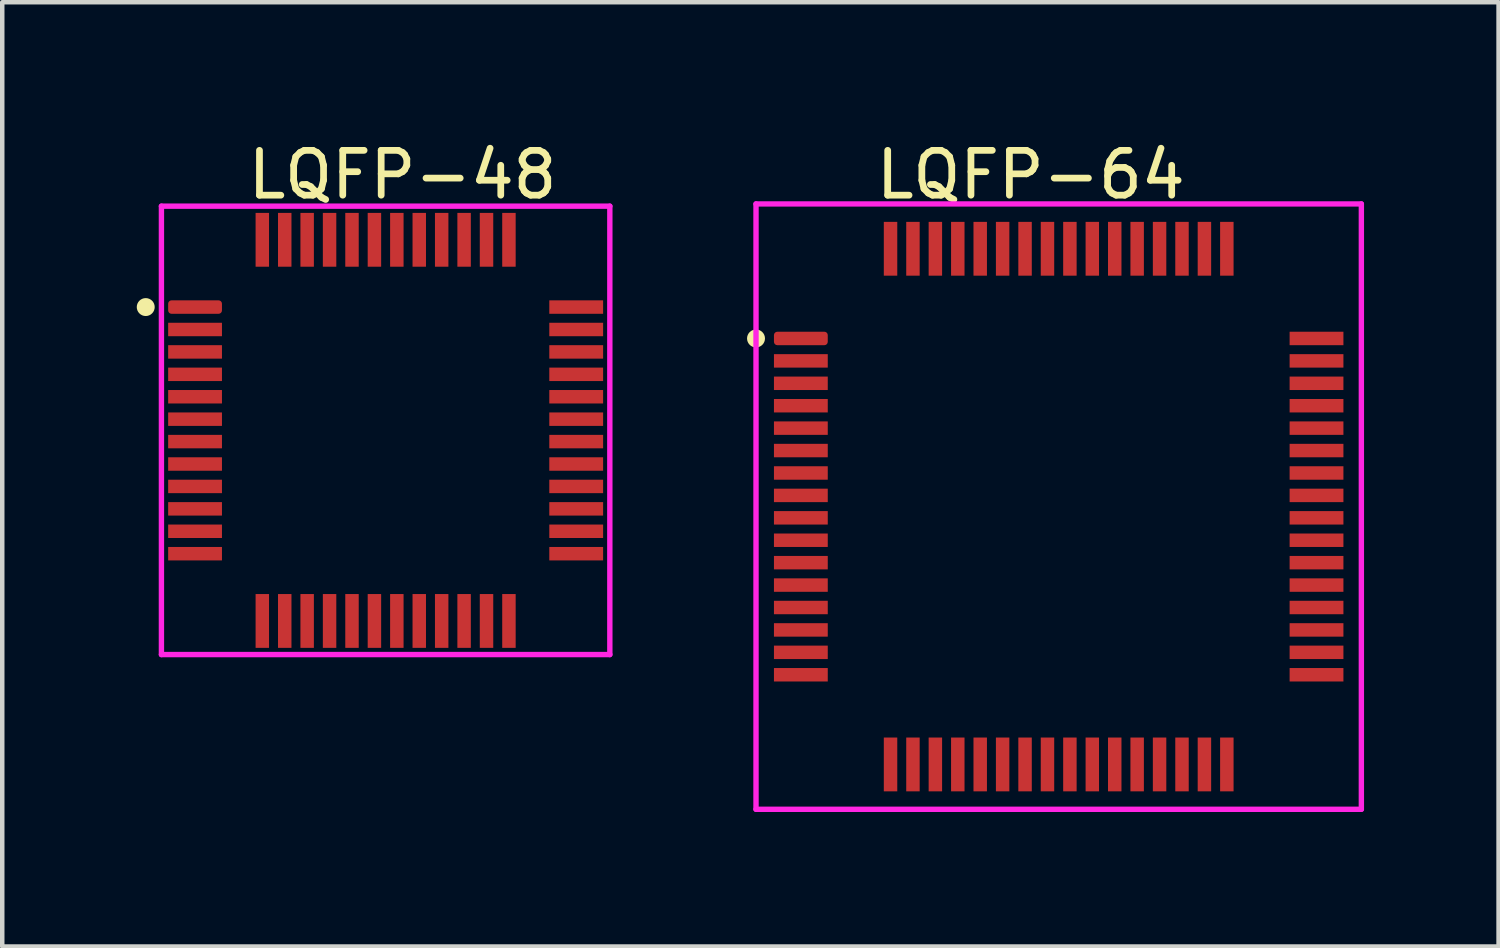
<source format=kicad_pcb>
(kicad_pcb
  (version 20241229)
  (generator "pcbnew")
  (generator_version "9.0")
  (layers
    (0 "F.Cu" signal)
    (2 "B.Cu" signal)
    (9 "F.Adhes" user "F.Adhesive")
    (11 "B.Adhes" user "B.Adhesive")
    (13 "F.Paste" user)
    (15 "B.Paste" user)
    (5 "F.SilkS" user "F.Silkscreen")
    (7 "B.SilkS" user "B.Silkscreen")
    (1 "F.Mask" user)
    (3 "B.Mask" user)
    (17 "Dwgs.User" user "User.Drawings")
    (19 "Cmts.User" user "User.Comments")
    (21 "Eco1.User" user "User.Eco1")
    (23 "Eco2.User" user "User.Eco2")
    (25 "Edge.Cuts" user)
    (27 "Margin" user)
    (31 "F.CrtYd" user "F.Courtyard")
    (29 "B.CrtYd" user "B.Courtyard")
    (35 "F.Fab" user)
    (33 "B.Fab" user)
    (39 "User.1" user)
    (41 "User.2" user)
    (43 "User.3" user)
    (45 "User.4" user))
  (footprint "LQFP-48"
    (layer "F.Cu")
    (at 5.55 6.548)
    (property "Reference" "LQFP-48" (at -3.15 -5.7 0) (layer "F.SilkS") (effects (font (size 1 1) (thickness 0.15)) (justify left)))
    (attr smd)
    (fp_circle (center -5.35 -2.75) (end -5.25 -2.75) (stroke (width 0.2) (type solid)) (fill no) (layer "F.SilkS"))
    (fp_line (start -5 -5) (end 5 -5) (stroke (width 0.12) (type solid)) (layer "F.CrtYd"))
    (fp_line (start -5 5) (end -5 -5) (stroke (width 0.12) (type solid)) (layer "F.CrtYd"))
    (fp_line (start 5 -5) (end 5 5) (stroke (width 0.12) (type solid)) (layer "F.CrtYd"))
    (fp_line (start 5 5) (end -5 5) (stroke (width 0.12) (type solid)) (layer "F.CrtYd"))
    (pad "1" smd roundrect (at -4.25 -2.75) (size 1.2 0.3) (layers "F.Cu" "F.Mask" "F.Paste") (roundrect_rratio 0.25))
    (pad "2" smd rect (at -4.25 -2.25) (size 1.2 0.3) (layers "F.Cu" "F.Mask" "F.Paste"))
    (pad "3" smd rect (at -4.25 -1.75) (size 1.2 0.3) (layers "F.Cu" "F.Mask" "F.Paste"))
    (pad "4" smd rect (at -4.25 -1.25) (size 1.2 0.3) (layers "F.Cu" "F.Mask" "F.Paste"))
    (pad "5" smd rect (at -4.25 -0.75) (size 1.2 0.3) (layers "F.Cu" "F.Mask" "F.Paste"))
    (pad "6" smd rect (at -4.25 -0.25) (size 1.2 0.3) (layers "F.Cu" "F.Mask" "F.Paste"))
    (pad "7" smd rect (at -4.25 0.25) (size 1.2 0.3) (layers "F.Cu" "F.Mask" "F.Paste"))
    (pad "8" smd rect (at -4.25 0.75) (size 1.2 0.3) (layers "F.Cu" "F.Mask" "F.Paste"))
    (pad "9" smd rect (at -4.25 1.25) (size 1.2 0.3) (layers "F.Cu" "F.Mask" "F.Paste"))
    (pad "10" smd rect (at -4.25 1.75) (size 1.2 0.3) (layers "F.Cu" "F.Mask" "F.Paste"))
    (pad "11" smd rect (at -4.25 2.25) (size 1.2 0.3) (layers "F.Cu" "F.Mask" "F.Paste"))
    (pad "12" smd rect (at -4.25 2.75) (size 1.2 0.3) (layers "F.Cu" "F.Mask" "F.Paste"))
    (pad "13" smd rect (at -2.75 4.25 90) (size 1.2 0.3) (layers "F.Cu" "F.Mask" "F.Paste"))
    (pad "14" smd rect (at -2.25 4.25 90) (size 1.2 0.3) (layers "F.Cu" "F.Mask" "F.Paste"))
    (pad "15" smd rect (at -1.75 4.25 90) (size 1.2 0.3) (layers "F.Cu" "F.Mask" "F.Paste"))
    (pad "16" smd rect (at -1.25 4.25 90) (size 1.2 0.3) (layers "F.Cu" "F.Mask" "F.Paste"))
    (pad "17" smd rect (at -0.75 4.25 90) (size 1.2 0.3) (layers "F.Cu" "F.Mask" "F.Paste"))
    (pad "18" smd rect (at -0.25 4.25 90) (size 1.2 0.3) (layers "F.Cu" "F.Mask" "F.Paste"))
    (pad "19" smd rect (at 0.25 4.25 90) (size 1.2 0.3) (layers "F.Cu" "F.Mask" "F.Paste"))
    (pad "20" smd rect (at 0.75 4.25 90) (size 1.2 0.3) (layers "F.Cu" "F.Mask" "F.Paste"))
    (pad "21" smd rect (at 1.25 4.25 90) (size 1.2 0.3) (layers "F.Cu" "F.Mask" "F.Paste"))
    (pad "22" smd rect (at 1.75 4.25 90) (size 1.2 0.3) (layers "F.Cu" "F.Mask" "F.Paste"))
    (pad "23" smd rect (at 2.25 4.25 90) (size 1.2 0.3) (layers "F.Cu" "F.Mask" "F.Paste"))
    (pad "24" smd rect (at 2.75 4.25 90) (size 1.2 0.3) (layers "F.Cu" "F.Mask" "F.Paste"))
    (pad "25" smd rect (at 4.25 2.75 180) (size 1.2 0.3) (layers "F.Cu" "F.Mask" "F.Paste"))
    (pad "26" smd rect (at 4.25 2.25 180) (size 1.2 0.3) (layers "F.Cu" "F.Mask" "F.Paste"))
    (pad "27" smd rect (at 4.25 1.75 180) (size 1.2 0.3) (layers "F.Cu" "F.Mask" "F.Paste"))
    (pad "28" smd rect (at 4.25 1.25 180) (size 1.2 0.3) (layers "F.Cu" "F.Mask" "F.Paste"))
    (pad "29" smd rect (at 4.25 0.75 180) (size 1.2 0.3) (layers "F.Cu" "F.Mask" "F.Paste"))
    (pad "30" smd rect (at 4.25 0.25 180) (size 1.2 0.3) (layers "F.Cu" "F.Mask" "F.Paste"))
    (pad "31" smd rect (at 4.25 -0.25 180) (size 1.2 0.3) (layers "F.Cu" "F.Mask" "F.Paste"))
    (pad "32" smd rect (at 4.25 -0.75 180) (size 1.2 0.3) (layers "F.Cu" "F.Mask" "F.Paste"))
    (pad "33" smd rect (at 4.25 -1.25 180) (size 1.2 0.3) (layers "F.Cu" "F.Mask" "F.Paste"))
    (pad "34" smd rect (at 4.25 -1.75 180) (size 1.2 0.3) (layers "F.Cu" "F.Mask" "F.Paste"))
    (pad "35" smd rect (at 4.25 -2.25 180) (size 1.2 0.3) (layers "F.Cu" "F.Mask" "F.Paste"))
    (pad "36" smd rect (at 4.25 -2.75 180) (size 1.2 0.3) (layers "F.Cu" "F.Mask" "F.Paste"))
    (pad "37" smd rect (at 2.75 -4.25 270) (size 1.2 0.3) (layers "F.Cu" "F.Mask" "F.Paste"))
    (pad "38" smd rect (at 2.25 -4.25 270) (size 1.2 0.3) (layers "F.Cu" "F.Mask" "F.Paste"))
    (pad "39" smd rect (at 1.75 -4.25 270) (size 1.2 0.3) (layers "F.Cu" "F.Mask" "F.Paste"))
    (pad "40" smd rect (at 1.25 -4.25 270) (size 1.2 0.3) (layers "F.Cu" "F.Mask" "F.Paste"))
    (pad "41" smd rect (at 0.75 -4.25 270) (size 1.2 0.3) (layers "F.Cu" "F.Mask" "F.Paste"))
    (pad "42" smd rect (at 0.25 -4.25 270) (size 1.2 0.3) (layers "F.Cu" "F.Mask" "F.Paste"))
    (pad "43" smd rect (at -0.25 -4.25 270) (size 1.2 0.3) (layers "F.Cu" "F.Mask" "F.Paste"))
    (pad "44" smd rect (at -0.75 -4.25 270) (size 1.2 0.3) (layers "F.Cu" "F.Mask" "F.Paste"))
    (pad "45" smd rect (at -1.25 -4.25 270) (size 1.2 0.3) (layers "F.Cu" "F.Mask" "F.Paste"))
    (pad "46" smd rect (at -1.75 -4.25 270) (size 1.2 0.3) (layers "F.Cu" "F.Mask" "F.Paste"))
    (pad "47" smd rect (at -2.25 -4.25 270) (size 1.2 0.3) (layers "F.Cu" "F.Mask" "F.Paste"))
    (pad "48" smd rect (at -2.75 -4.25 270) (size 1.2 0.3) (layers "F.Cu" "F.Mask" "F.Paste")))
  (footprint "LQFP-64"
    (layer "F.Cu")
    (at 20.56 8.248)
    (property "Reference" "LQFP-64" (at -4.15 -7.4 0) (layer "F.SilkS") (effects (font (size 1 1) (thickness 0.15)) (justify left)))
    (attr smd)
    (fp_circle (center -6.75 -3.75) (end -6.65 -3.75) (stroke (width 0.2) (type solid)) (fill no) (layer "F.SilkS"))
    (fp_line (start -6.75 -6.75) (end -6.75 6.75) (stroke (width 0.12) (type solid)) (layer "F.CrtYd"))
    (fp_line (start -6.75 6.75) (end 6.75 6.75) (stroke (width 0.12) (type solid)) (layer "F.CrtYd"))
    (fp_line (start 6.75 -6.75) (end -6.75 -6.75) (stroke (width 0.12) (type solid)) (layer "F.CrtYd"))
    (fp_line (start 6.75 6.75) (end 6.75 -6.75) (stroke (width 0.12) (type solid)) (layer "F.CrtYd"))
    (pad "1" smd roundrect (at -5.75 -3.75 270) (size 0.3 1.2) (layers "F.Cu" "F.Mask" "F.Paste") (roundrect_rratio 0.25))
    (pad "2" smd rect (at -5.75 -3.25 270) (size 0.3 1.2) (layers "F.Cu" "F.Mask" "F.Paste"))
    (pad "3" smd rect (at -5.75 -2.75 270) (size 0.3 1.2) (layers "F.Cu" "F.Mask" "F.Paste"))
    (pad "4" smd rect (at -5.75 -2.25 270) (size 0.3 1.2) (layers "F.Cu" "F.Mask" "F.Paste"))
    (pad "5" smd rect (at -5.75 -1.75 270) (size 0.3 1.2) (layers "F.Cu" "F.Mask" "F.Paste"))
    (pad "6" smd rect (at -5.75 -1.25 270) (size 0.3 1.2) (layers "F.Cu" "F.Mask" "F.Paste"))
    (pad "7" smd rect (at -5.75 -0.75 270) (size 0.3 1.2) (layers "F.Cu" "F.Mask" "F.Paste"))
    (pad "8" smd rect (at -5.75 -0.25 270) (size 0.3 1.2) (layers "F.Cu" "F.Mask" "F.Paste"))
    (pad "9" smd rect (at -5.75 0.25 270) (size 0.3 1.2) (layers "F.Cu" "F.Mask" "F.Paste"))
    (pad "10" smd rect (at -5.75 0.75 270) (size 0.3 1.2) (layers "F.Cu" "F.Mask" "F.Paste"))
    (pad "11" smd rect (at -5.75 1.25 270) (size 0.3 1.2) (layers "F.Cu" "F.Mask" "F.Paste"))
    (pad "12" smd rect (at -5.75 1.75 270) (size 0.3 1.2) (layers "F.Cu" "F.Mask" "F.Paste"))
    (pad "13" smd rect (at -5.75 2.25 270) (size 0.3 1.2) (layers "F.Cu" "F.Mask" "F.Paste"))
    (pad "14" smd rect (at -5.75 2.75 270) (size 0.3 1.2) (layers "F.Cu" "F.Mask" "F.Paste"))
    (pad "15" smd rect (at -5.75 3.25 270) (size 0.3 1.2) (layers "F.Cu" "F.Mask" "F.Paste"))
    (pad "16" smd rect (at -5.75 3.75 270) (size 0.3 1.2) (layers "F.Cu" "F.Mask" "F.Paste"))
    (pad "17" smd rect (at -3.75 5.75) (size 0.3 1.2) (layers "F.Cu" "F.Mask" "F.Paste"))
    (pad "18" smd rect (at -3.25 5.75) (size 0.3 1.2) (layers "F.Cu" "F.Mask" "F.Paste"))
    (pad "19" smd rect (at -2.75 5.75) (size 0.3 1.2) (layers "F.Cu" "F.Mask" "F.Paste"))
    (pad "20" smd rect (at -2.25 5.75) (size 0.3 1.2) (layers "F.Cu" "F.Mask" "F.Paste"))
    (pad "21" smd rect (at -1.75 5.75) (size 0.3 1.2) (layers "F.Cu" "F.Mask" "F.Paste"))
    (pad "22" smd rect (at -1.25 5.75) (size 0.3 1.2) (layers "F.Cu" "F.Mask" "F.Paste"))
    (pad "23" smd rect (at -0.75 5.75) (size 0.3 1.2) (layers "F.Cu" "F.Mask" "F.Paste"))
    (pad "24" smd rect (at -0.25 5.75) (size 0.3 1.2) (layers "F.Cu" "F.Mask" "F.Paste"))
    (pad "25" smd rect (at 0.25 5.75) (size 0.3 1.2) (layers "F.Cu" "F.Mask" "F.Paste"))
    (pad "26" smd rect (at 0.75 5.75) (size 0.3 1.2) (layers "F.Cu" "F.Mask" "F.Paste"))
    (pad "27" smd rect (at 1.25 5.75) (size 0.3 1.2) (layers "F.Cu" "F.Mask" "F.Paste"))
    (pad "28" smd rect (at 1.75 5.75) (size 0.3 1.2) (layers "F.Cu" "F.Mask" "F.Paste"))
    (pad "29" smd rect (at 2.25 5.75) (size 0.3 1.2) (layers "F.Cu" "F.Mask" "F.Paste"))
    (pad "30" smd rect (at 2.75 5.75) (size 0.3 1.2) (layers "F.Cu" "F.Mask" "F.Paste"))
    (pad "31" smd rect (at 3.25 5.75) (size 0.3 1.2) (layers "F.Cu" "F.Mask" "F.Paste"))
    (pad "32" smd rect (at 3.75 5.75) (size 0.3 1.2) (layers "F.Cu" "F.Mask" "F.Paste"))
    (pad "33" smd rect (at 5.75 3.75 90) (size 0.3 1.2) (layers "F.Cu" "F.Mask" "F.Paste"))
    (pad "34" smd rect (at 5.75 3.25 90) (size 0.3 1.2) (layers "F.Cu" "F.Mask" "F.Paste"))
    (pad "35" smd rect (at 5.75 2.75 90) (size 0.3 1.2) (layers "F.Cu" "F.Mask" "F.Paste"))
    (pad "36" smd rect (at 5.75 2.25 90) (size 0.3 1.2) (layers "F.Cu" "F.Mask" "F.Paste"))
    (pad "37" smd rect (at 5.75 1.75 90) (size 0.3 1.2) (layers "F.Cu" "F.Mask" "F.Paste"))
    (pad "38" smd rect (at 5.75 1.25 90) (size 0.3 1.2) (layers "F.Cu" "F.Mask" "F.Paste"))
    (pad "39" smd rect (at 5.75 0.75 90) (size 0.3 1.2) (layers "F.Cu" "F.Mask" "F.Paste"))
    (pad "40" smd rect (at 5.75 0.25 90) (size 0.3 1.2) (layers "F.Cu" "F.Mask" "F.Paste"))
    (pad "41" smd rect (at 5.75 -0.25 90) (size 0.3 1.2) (layers "F.Cu" "F.Mask" "F.Paste"))
    (pad "42" smd rect (at 5.75 -0.75 90) (size 0.3 1.2) (layers "F.Cu" "F.Mask" "F.Paste"))
    (pad "43" smd rect (at 5.75 -1.25 90) (size 0.3 1.2) (layers "F.Cu" "F.Mask" "F.Paste"))
    (pad "44" smd rect (at 5.75 -1.75 90) (size 0.3 1.2) (layers "F.Cu" "F.Mask" "F.Paste"))
    (pad "45" smd rect (at 5.75 -2.25 90) (size 0.3 1.2) (layers "F.Cu" "F.Mask" "F.Paste"))
    (pad "46" smd rect (at 5.75 -2.75 90) (size 0.3 1.2) (layers "F.Cu" "F.Mask" "F.Paste"))
    (pad "47" smd rect (at 5.75 -3.25 90) (size 0.3 1.2) (layers "F.Cu" "F.Mask" "F.Paste"))
    (pad "48" smd rect (at 5.75 -3.75 90) (size 0.3 1.2) (layers "F.Cu" "F.Mask" "F.Paste"))
    (pad "49" smd rect (at 3.75 -5.75 180) (size 0.3 1.2) (layers "F.Cu" "F.Mask" "F.Paste"))
    (pad "50" smd rect (at 3.25 -5.75 180) (size 0.3 1.2) (layers "F.Cu" "F.Mask" "F.Paste"))
    (pad "51" smd rect (at 2.75 -5.75 180) (size 0.3 1.2) (layers "F.Cu" "F.Mask" "F.Paste"))
    (pad "52" smd rect (at 2.25 -5.75 180) (size 0.3 1.2) (layers "F.Cu" "F.Mask" "F.Paste"))
    (pad "53" smd rect (at 1.75 -5.75 180) (size 0.3 1.2) (layers "F.Cu" "F.Mask" "F.Paste"))
    (pad "54" smd rect (at 1.25 -5.75 180) (size 0.3 1.2) (layers "F.Cu" "F.Mask" "F.Paste"))
    (pad "55" smd rect (at 0.75 -5.75 180) (size 0.3 1.2) (layers "F.Cu" "F.Mask" "F.Paste"))
    (pad "56" smd rect (at 0.25 -5.75 180) (size 0.3 1.2) (layers "F.Cu" "F.Mask" "F.Paste"))
    (pad "57" smd rect (at -0.25 -5.75 180) (size 0.3 1.2) (layers "F.Cu" "F.Mask" "F.Paste"))
    (pad "58" smd rect (at -0.75 -5.75 180) (size 0.3 1.2) (layers "F.Cu" "F.Mask" "F.Paste"))
    (pad "59" smd rect (at -1.25 -5.75 180) (size 0.3 1.2) (layers "F.Cu" "F.Mask" "F.Paste"))
    (pad "60" smd rect (at -1.75 -5.75 180) (size 0.3 1.2) (layers "F.Cu" "F.Mask" "F.Paste"))
    (pad "61" smd rect (at -2.25 -5.75 180) (size 0.3 1.2) (layers "F.Cu" "F.Mask" "F.Paste"))
    (pad "62" smd rect (at -2.75 -5.75 180) (size 0.3 1.2) (layers "F.Cu" "F.Mask" "F.Paste"))
    (pad "63" smd rect (at -3.25 -5.75 180) (size 0.3 1.2) (layers "F.Cu" "F.Mask" "F.Paste"))
    (pad "64" smd rect (at -3.75 -5.75 180) (size 0.3 1.2) (layers "F.Cu" "F.Mask" "F.Paste")))
  (gr_rect
    (start -3 -3)
    (end 30.37 18.058)
    (stroke (width 0.1) (type default))
    (fill no)
    (layer "Edge.Cuts")))
</source>
